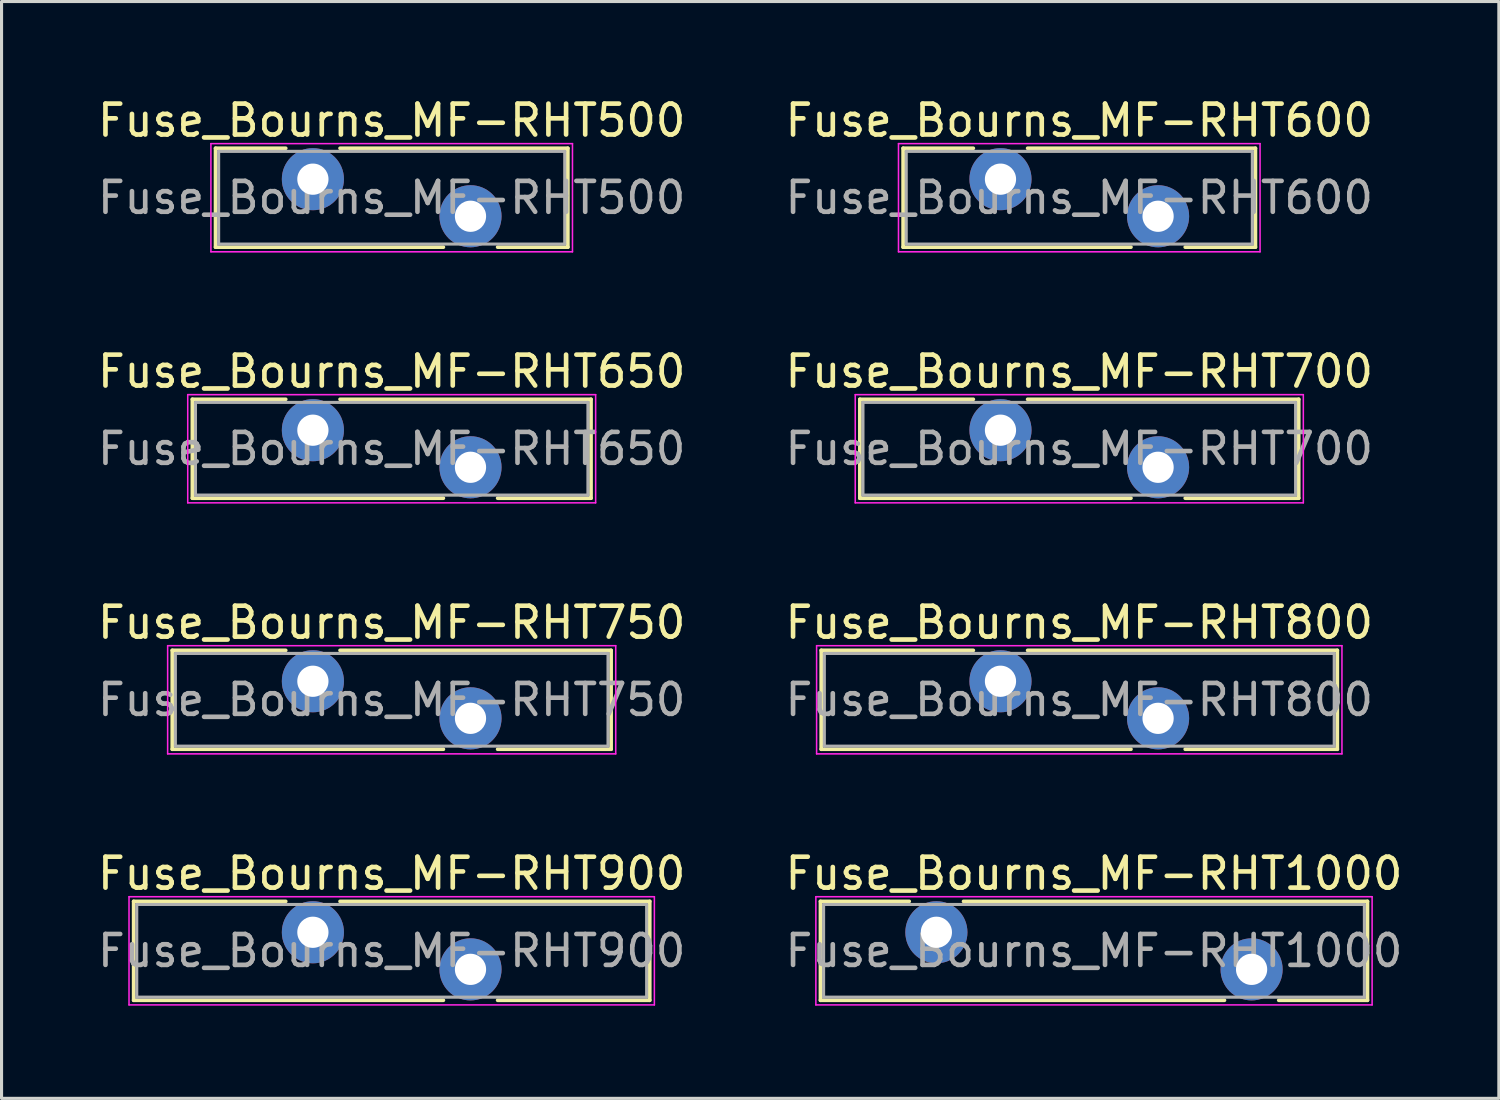
<source format=kicad_pcb>
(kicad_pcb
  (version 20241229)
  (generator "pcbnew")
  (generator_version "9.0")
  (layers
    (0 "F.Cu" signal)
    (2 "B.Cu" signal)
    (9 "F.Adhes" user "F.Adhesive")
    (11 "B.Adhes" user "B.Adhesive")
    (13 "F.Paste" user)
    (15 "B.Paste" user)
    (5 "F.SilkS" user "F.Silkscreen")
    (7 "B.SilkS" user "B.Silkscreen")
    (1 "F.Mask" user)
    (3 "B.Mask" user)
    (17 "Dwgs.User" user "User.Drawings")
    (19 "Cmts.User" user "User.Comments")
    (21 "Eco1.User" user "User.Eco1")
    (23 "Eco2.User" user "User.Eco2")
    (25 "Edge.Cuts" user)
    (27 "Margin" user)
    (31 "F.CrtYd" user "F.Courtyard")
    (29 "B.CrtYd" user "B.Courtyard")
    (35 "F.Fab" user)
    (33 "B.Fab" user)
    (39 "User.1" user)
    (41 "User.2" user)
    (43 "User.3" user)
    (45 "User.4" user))
  (footprint "Fuse_Bourns_MF-RHT600"
    (layer "F.Cu")
    (at 29.325 2.748)
    (property "Reference" "Fuse_Bourns_MF-RHT600" (at 2.55 -1.9 0) (layer "F.SilkS") (effects (font (size 1 1) (thickness 0.15))))
    (attr through_hole)
    (fp_line (start -3.15 -1) (end -3.15 2.2) (stroke (width 0.12) (type solid)) (layer "F.SilkS"))
    (fp_line (start -3.15 -1) (end -0.879 -1) (stroke (width 0.12) (type solid)) (layer "F.SilkS"))
    (fp_line (start -3.15 2.2) (end 4.222 2.2) (stroke (width 0.12) (type solid)) (layer "F.SilkS"))
    (fp_line (start 0.879 -1) (end 8.25 -1) (stroke (width 0.12) (type solid)) (layer "F.SilkS"))
    (fp_line (start 5.979 2.2) (end 8.25 2.2) (stroke (width 0.12) (type solid)) (layer "F.SilkS"))
    (fp_line (start 8.25 -1) (end 8.25 2.2) (stroke (width 0.12) (type solid)) (layer "F.SilkS"))
    (fp_line (start -3.3 -1.15) (end -3.3 2.35) (stroke (width 0.05) (type solid)) (layer "F.CrtYd"))
    (fp_line (start -3.3 2.35) (end 8.4 2.35) (stroke (width 0.05) (type solid)) (layer "F.CrtYd"))
    (fp_line (start 8.4 -1.15) (end -3.3 -1.15) (stroke (width 0.05) (type solid)) (layer "F.CrtYd"))
    (fp_line (start 8.4 2.35) (end 8.4 -1.15) (stroke (width 0.05) (type solid)) (layer "F.CrtYd"))
    (fp_line (start -3.05 -0.9) (end -3.05 2.1) (stroke (width 0.1) (type solid)) (layer "F.Fab"))
    (fp_line (start -3.05 2.1) (end 8.15 2.1) (stroke (width 0.1) (type solid)) (layer "F.Fab"))
    (fp_line (start 8.15 -0.9) (end -3.05 -0.9) (stroke (width 0.1) (type solid)) (layer "F.Fab"))
    (fp_line (start 8.15 2.1) (end 8.15 -0.9) (stroke (width 0.1) (type solid)) (layer "F.Fab"))
    (fp_text user "${REFERENCE}" (at 2.55 0.6 0) (layer "F.Fab") (effects (font (size 1 1) (thickness 0.15))))
    (pad "1" thru_hole circle (at 0 0) (size 2.01 2.01) (drill 1.01) (layers "*.Cu" "*.Mask"))
    (pad "2" thru_hole circle (at 5.1 1.2) (size 2.01 2.01) (drill 1.01) (layers "*.Cu" "*.Mask")))
  (footprint "Fuse_Bourns_MF-RHT750"
    (layer "F.Cu")
    (at 7.075 18.995)
    (property "Reference" "Fuse_Bourns_MF-RHT750" (at 2.55 -1.9 0) (layer "F.SilkS") (effects (font (size 1 1) (thickness 0.15))))
    (attr through_hole)
    (fp_line (start -4.55 -1) (end -4.55 2.2) (stroke (width 0.12) (type solid)) (layer "F.SilkS"))
    (fp_line (start -4.55 -1) (end -0.879 -1) (stroke (width 0.12) (type solid)) (layer "F.SilkS"))
    (fp_line (start -4.55 2.2) (end 4.222 2.2) (stroke (width 0.12) (type solid)) (layer "F.SilkS"))
    (fp_line (start 0.879 -1) (end 9.65 -1) (stroke (width 0.12) (type solid)) (layer "F.SilkS"))
    (fp_line (start 5.979 2.2) (end 9.65 2.2) (stroke (width 0.12) (type solid)) (layer "F.SilkS"))
    (fp_line (start 9.65 -1) (end 9.65 2.2) (stroke (width 0.12) (type solid)) (layer "F.SilkS"))
    (fp_line (start -4.7 -1.15) (end -4.7 2.35) (stroke (width 0.05) (type solid)) (layer "F.CrtYd"))
    (fp_line (start -4.7 2.35) (end 9.8 2.35) (stroke (width 0.05) (type solid)) (layer "F.CrtYd"))
    (fp_line (start 9.8 -1.15) (end -4.7 -1.15) (stroke (width 0.05) (type solid)) (layer "F.CrtYd"))
    (fp_line (start 9.8 2.35) (end 9.8 -1.15) (stroke (width 0.05) (type solid)) (layer "F.CrtYd"))
    (fp_line (start -4.45 -0.9) (end -4.45 2.1) (stroke (width 0.1) (type solid)) (layer "F.Fab"))
    (fp_line (start -4.45 2.1) (end 9.55 2.1) (stroke (width 0.1) (type solid)) (layer "F.Fab"))
    (fp_line (start 9.55 -0.9) (end -4.45 -0.9) (stroke (width 0.1) (type solid)) (layer "F.Fab"))
    (fp_line (start 9.55 2.1) (end 9.55 -0.9) (stroke (width 0.1) (type solid)) (layer "F.Fab"))
    (fp_text user "${REFERENCE}" (at 2.55 0.6 0) (layer "F.Fab") (effects (font (size 1 1) (thickness 0.15))))
    (pad "1" thru_hole circle (at 0 0) (size 2.01 2.01) (drill 1.01) (layers "*.Cu" "*.Mask"))
    (pad "2" thru_hole circle (at 5.1 1.2) (size 2.01 2.01) (drill 1.01) (layers "*.Cu" "*.Mask")))
  (footprint "Fuse_Bourns_MF-RHT650"
    (layer "F.Cu")
    (at 7.075 10.871)
    (property "Reference" "Fuse_Bourns_MF-RHT650" (at 2.55 -1.9 0) (layer "F.SilkS") (effects (font (size 1 1) (thickness 0.15))))
    (attr through_hole)
    (fp_line (start -3.9 -1) (end -3.9 2.2) (stroke (width 0.12) (type solid)) (layer "F.SilkS"))
    (fp_line (start -3.9 -1) (end -0.879 -1) (stroke (width 0.12) (type solid)) (layer "F.SilkS"))
    (fp_line (start -3.9 2.2) (end 4.222 2.2) (stroke (width 0.12) (type solid)) (layer "F.SilkS"))
    (fp_line (start 0.879 -1) (end 9 -1) (stroke (width 0.12) (type solid)) (layer "F.SilkS"))
    (fp_line (start 5.979 2.2) (end 9 2.2) (stroke (width 0.12) (type solid)) (layer "F.SilkS"))
    (fp_line (start 9 -1) (end 9 2.2) (stroke (width 0.12) (type solid)) (layer "F.SilkS"))
    (fp_line (start -4.05 -1.15) (end -4.05 2.35) (stroke (width 0.05) (type solid)) (layer "F.CrtYd"))
    (fp_line (start -4.05 2.35) (end 9.15 2.35) (stroke (width 0.05) (type solid)) (layer "F.CrtYd"))
    (fp_line (start 9.15 -1.15) (end -4.05 -1.15) (stroke (width 0.05) (type solid)) (layer "F.CrtYd"))
    (fp_line (start 9.15 2.35) (end 9.15 -1.15) (stroke (width 0.05) (type solid)) (layer "F.CrtYd"))
    (fp_line (start -3.8 -0.9) (end -3.8 2.1) (stroke (width 0.1) (type solid)) (layer "F.Fab"))
    (fp_line (start -3.8 2.1) (end 8.9 2.1) (stroke (width 0.1) (type solid)) (layer "F.Fab"))
    (fp_line (start 8.9 -0.9) (end -3.8 -0.9) (stroke (width 0.1) (type solid)) (layer "F.Fab"))
    (fp_line (start 8.9 2.1) (end 8.9 -0.9) (stroke (width 0.1) (type solid)) (layer "F.Fab"))
    (fp_text user "${REFERENCE}" (at 2.55 0.6 0) (layer "F.Fab") (effects (font (size 1 1) (thickness 0.15))))
    (pad "1" thru_hole circle (at 0 0) (size 2.01 2.01) (drill 1.01) (layers "*.Cu" "*.Mask"))
    (pad "2" thru_hole circle (at 5.1 1.2) (size 2.01 2.01) (drill 1.01) (layers "*.Cu" "*.Mask")))
  (footprint "Fuse_Bourns_MF-RHT900"
    (layer "F.Cu")
    (at 7.075 27.118)
    (property "Reference" "Fuse_Bourns_MF-RHT900" (at 2.55 -1.9 0) (layer "F.SilkS") (effects (font (size 1 1) (thickness 0.15))))
    (attr through_hole)
    (fp_line (start -5.8 -1) (end -5.8 2.2) (stroke (width 0.12) (type solid)) (layer "F.SilkS"))
    (fp_line (start -5.8 -1) (end -0.879 -1) (stroke (width 0.12) (type solid)) (layer "F.SilkS"))
    (fp_line (start -5.8 2.2) (end 4.222 2.2) (stroke (width 0.12) (type solid)) (layer "F.SilkS"))
    (fp_line (start 0.879 -1) (end 10.9 -1) (stroke (width 0.12) (type solid)) (layer "F.SilkS"))
    (fp_line (start 5.979 2.2) (end 10.9 2.2) (stroke (width 0.12) (type solid)) (layer "F.SilkS"))
    (fp_line (start 10.9 -1) (end 10.9 2.2) (stroke (width 0.12) (type solid)) (layer "F.SilkS"))
    (fp_line (start -5.95 -1.15) (end -5.95 2.35) (stroke (width 0.05) (type solid)) (layer "F.CrtYd"))
    (fp_line (start -5.95 2.35) (end 11.05 2.35) (stroke (width 0.05) (type solid)) (layer "F.CrtYd"))
    (fp_line (start 11.05 -1.15) (end -5.95 -1.15) (stroke (width 0.05) (type solid)) (layer "F.CrtYd"))
    (fp_line (start 11.05 2.35) (end 11.05 -1.15) (stroke (width 0.05) (type solid)) (layer "F.CrtYd"))
    (fp_line (start -5.7 -0.9) (end -5.7 2.1) (stroke (width 0.1) (type solid)) (layer "F.Fab"))
    (fp_line (start -5.7 2.1) (end 10.8 2.1) (stroke (width 0.1) (type solid)) (layer "F.Fab"))
    (fp_line (start 10.8 -0.9) (end -5.7 -0.9) (stroke (width 0.1) (type solid)) (layer "F.Fab"))
    (fp_line (start 10.8 2.1) (end 10.8 -0.9) (stroke (width 0.1) (type solid)) (layer "F.Fab"))
    (fp_text user "${REFERENCE}" (at 2.55 0.6 0) (layer "F.Fab") (effects (font (size 1 1) (thickness 0.15))))
    (pad "1" thru_hole circle (at 0 0) (size 2.01 2.01) (drill 1.01) (layers "*.Cu" "*.Mask"))
    (pad "2" thru_hole circle (at 5.1 1.2) (size 2.01 2.01) (drill 1.01) (layers "*.Cu" "*.Mask")))
  (footprint "Fuse_Bourns_MF-RHT1000"
    (layer "F.Cu")
    (at 27.251 27.118)
    (property "Reference" "Fuse_Bourns_MF-RHT1000" (at 5.1 -1.9 0) (layer "F.SilkS") (effects (font (size 1 1) (thickness 0.15))))
    (attr through_hole)
    (fp_line (start -3.751 -1) (end -3.751 2.2) (stroke (width 0.12) (type solid)) (layer "F.SilkS"))
    (fp_line (start -3.751 -1) (end -0.879 -1) (stroke (width 0.12) (type solid)) (layer "F.SilkS"))
    (fp_line (start -3.751 2.2) (end 9.322 2.2) (stroke (width 0.12) (type solid)) (layer "F.SilkS"))
    (fp_line (start 0.879 -1) (end 13.95 -1) (stroke (width 0.12) (type solid)) (layer "F.SilkS"))
    (fp_line (start 11.079 2.2) (end 13.95 2.2) (stroke (width 0.12) (type solid)) (layer "F.SilkS"))
    (fp_line (start 13.95 -1) (end 13.95 2.2) (stroke (width 0.12) (type solid)) (layer "F.SilkS"))
    (fp_line (start -3.9 -1.15) (end -3.9 2.35) (stroke (width 0.05) (type solid)) (layer "F.CrtYd"))
    (fp_line (start -3.9 2.35) (end 14.1 2.35) (stroke (width 0.05) (type solid)) (layer "F.CrtYd"))
    (fp_line (start 14.1 -1.15) (end -3.9 -1.15) (stroke (width 0.05) (type solid)) (layer "F.CrtYd"))
    (fp_line (start 14.1 2.35) (end 14.1 -1.15) (stroke (width 0.05) (type solid)) (layer "F.CrtYd"))
    (fp_line (start -3.65 -0.9) (end -3.65 2.1) (stroke (width 0.1) (type solid)) (layer "F.Fab"))
    (fp_line (start -3.65 2.1) (end 13.85 2.1) (stroke (width 0.1) (type solid)) (layer "F.Fab"))
    (fp_line (start 13.85 -0.9) (end -3.65 -0.9) (stroke (width 0.1) (type solid)) (layer "F.Fab"))
    (fp_line (start 13.85 2.1) (end 13.85 -0.9) (stroke (width 0.1) (type solid)) (layer "F.Fab"))
    (fp_text user "${REFERENCE}" (at 5.1 0.6 0) (layer "F.Fab") (effects (font (size 1 1) (thickness 0.15))))
    (pad "1" thru_hole circle (at 0 0) (size 2.01 2.01) (drill 1.01) (layers "*.Cu" "*.Mask"))
    (pad "2" thru_hole circle (at 10.2 1.2) (size 2.01 2.01) (drill 1.01) (layers "*.Cu" "*.Mask")))
  (footprint "Fuse_Bourns_MF-RHT700"
    (layer "F.Cu")
    (at 29.325 10.871)
    (property "Reference" "Fuse_Bourns_MF-RHT700" (at 2.55 -1.9 0) (layer "F.SilkS") (effects (font (size 1 1) (thickness 0.15))))
    (attr through_hole)
    (fp_line (start -4.55 -1) (end -4.55 2.2) (stroke (width 0.12) (type solid)) (layer "F.SilkS"))
    (fp_line (start -4.55 -1) (end -0.879 -1) (stroke (width 0.12) (type solid)) (layer "F.SilkS"))
    (fp_line (start -4.55 2.2) (end 4.222 2.2) (stroke (width 0.12) (type solid)) (layer "F.SilkS"))
    (fp_line (start 0.879 -1) (end 9.65 -1) (stroke (width 0.12) (type solid)) (layer "F.SilkS"))
    (fp_line (start 5.979 2.2) (end 9.65 2.2) (stroke (width 0.12) (type solid)) (layer "F.SilkS"))
    (fp_line (start 9.65 -1) (end 9.65 2.2) (stroke (width 0.12) (type solid)) (layer "F.SilkS"))
    (fp_line (start -4.7 -1.15) (end -4.7 2.35) (stroke (width 0.05) (type solid)) (layer "F.CrtYd"))
    (fp_line (start -4.7 2.35) (end 9.8 2.35) (stroke (width 0.05) (type solid)) (layer "F.CrtYd"))
    (fp_line (start 9.8 -1.15) (end -4.7 -1.15) (stroke (width 0.05) (type solid)) (layer "F.CrtYd"))
    (fp_line (start 9.8 2.35) (end 9.8 -1.15) (stroke (width 0.05) (type solid)) (layer "F.CrtYd"))
    (fp_line (start -4.45 -0.9) (end -4.45 2.1) (stroke (width 0.1) (type solid)) (layer "F.Fab"))
    (fp_line (start -4.45 2.1) (end 9.55 2.1) (stroke (width 0.1) (type solid)) (layer "F.Fab"))
    (fp_line (start 9.55 -0.9) (end -4.45 -0.9) (stroke (width 0.1) (type solid)) (layer "F.Fab"))
    (fp_line (start 9.55 2.1) (end 9.55 -0.9) (stroke (width 0.1) (type solid)) (layer "F.Fab"))
    (fp_text user "${REFERENCE}" (at 2.55 0.6 0) (layer "F.Fab") (effects (font (size 1 1) (thickness 0.15))))
    (pad "1" thru_hole circle (at 0 0) (size 2.01 2.01) (drill 1.01) (layers "*.Cu" "*.Mask"))
    (pad "2" thru_hole circle (at 5.1 1.2) (size 2.01 2.01) (drill 1.01) (layers "*.Cu" "*.Mask")))
  (footprint "Fuse_Bourns_MF-RHT800"
    (layer "F.Cu")
    (at 29.325 18.995)
    (property "Reference" "Fuse_Bourns_MF-RHT800" (at 2.55 -1.9 0) (layer "F.SilkS") (effects (font (size 1 1) (thickness 0.15))))
    (attr through_hole)
    (fp_line (start -5.8 -1) (end -5.8 2.2) (stroke (width 0.12) (type solid)) (layer "F.SilkS"))
    (fp_line (start -5.8 -1) (end -0.879 -1) (stroke (width 0.12) (type solid)) (layer "F.SilkS"))
    (fp_line (start -5.8 2.2) (end 4.222 2.2) (stroke (width 0.12) (type solid)) (layer "F.SilkS"))
    (fp_line (start 0.879 -1) (end 10.9 -1) (stroke (width 0.12) (type solid)) (layer "F.SilkS"))
    (fp_line (start 5.979 2.2) (end 10.9 2.2) (stroke (width 0.12) (type solid)) (layer "F.SilkS"))
    (fp_line (start 10.9 -1) (end 10.9 2.2) (stroke (width 0.12) (type solid)) (layer "F.SilkS"))
    (fp_line (start -5.95 -1.15) (end -5.95 2.35) (stroke (width 0.05) (type solid)) (layer "F.CrtYd"))
    (fp_line (start -5.95 2.35) (end 11.05 2.35) (stroke (width 0.05) (type solid)) (layer "F.CrtYd"))
    (fp_line (start 11.05 -1.15) (end -5.95 -1.15) (stroke (width 0.05) (type solid)) (layer "F.CrtYd"))
    (fp_line (start 11.05 2.35) (end 11.05 -1.15) (stroke (width 0.05) (type solid)) (layer "F.CrtYd"))
    (fp_line (start -5.7 -0.9) (end -5.7 2.1) (stroke (width 0.1) (type solid)) (layer "F.Fab"))
    (fp_line (start -5.7 2.1) (end 10.8 2.1) (stroke (width 0.1) (type solid)) (layer "F.Fab"))
    (fp_line (start 10.8 -0.9) (end -5.7 -0.9) (stroke (width 0.1) (type solid)) (layer "F.Fab"))
    (fp_line (start 10.8 2.1) (end 10.8 -0.9) (stroke (width 0.1) (type solid)) (layer "F.Fab"))
    (fp_text user "${REFERENCE}" (at 2.55 0.6 0) (layer "F.Fab") (effects (font (size 1 1) (thickness 0.15))))
    (pad "1" thru_hole circle (at 0 0) (size 2.01 2.01) (drill 1.01) (layers "*.Cu" "*.Mask"))
    (pad "2" thru_hole circle (at 5.1 1.2) (size 2.01 2.01) (drill 1.01) (layers "*.Cu" "*.Mask")))
  (footprint "Fuse_Bourns_MF-RHT500"
    (layer "F.Cu")
    (at 7.075 2.748)
    (property "Reference" "Fuse_Bourns_MF-RHT500" (at 2.55 -1.9 0) (layer "F.SilkS") (effects (font (size 1 1) (thickness 0.15))))
    (attr through_hole)
    (fp_line (start -3.15 -1) (end -3.15 2.2) (stroke (width 0.12) (type solid)) (layer "F.SilkS"))
    (fp_line (start -3.15 -1) (end -0.879 -1) (stroke (width 0.12) (type solid)) (layer "F.SilkS"))
    (fp_line (start -3.15 2.2) (end 4.222 2.2) (stroke (width 0.12) (type solid)) (layer "F.SilkS"))
    (fp_line (start 0.879 -1) (end 8.25 -1) (stroke (width 0.12) (type solid)) (layer "F.SilkS"))
    (fp_line (start 5.979 2.2) (end 8.25 2.2) (stroke (width 0.12) (type solid)) (layer "F.SilkS"))
    (fp_line (start 8.25 -1) (end 8.25 2.2) (stroke (width 0.12) (type solid)) (layer "F.SilkS"))
    (fp_line (start -3.3 -1.15) (end -3.3 2.35) (stroke (width 0.05) (type solid)) (layer "F.CrtYd"))
    (fp_line (start -3.3 2.35) (end 8.4 2.35) (stroke (width 0.05) (type solid)) (layer "F.CrtYd"))
    (fp_line (start 8.4 -1.15) (end -3.3 -1.15) (stroke (width 0.05) (type solid)) (layer "F.CrtYd"))
    (fp_line (start 8.4 2.35) (end 8.4 -1.15) (stroke (width 0.05) (type solid)) (layer "F.CrtYd"))
    (fp_line (start -3.05 -0.9) (end -3.05 2.1) (stroke (width 0.1) (type solid)) (layer "F.Fab"))
    (fp_line (start -3.05 2.1) (end 8.15 2.1) (stroke (width 0.1) (type solid)) (layer "F.Fab"))
    (fp_line (start 8.15 -0.9) (end -3.05 -0.9) (stroke (width 0.1) (type solid)) (layer "F.Fab"))
    (fp_line (start 8.15 2.1) (end 8.15 -0.9) (stroke (width 0.1) (type solid)) (layer "F.Fab"))
    (fp_text user "${REFERENCE}" (at 2.55 0.6 0) (layer "F.Fab") (effects (font (size 1 1) (thickness 0.15))))
    (pad "1" thru_hole circle (at 0 0) (size 2.01 2.01) (drill 1.01) (layers "*.Cu" "*.Mask"))
    (pad "2" thru_hole circle (at 5.1 1.2) (size 2.01 2.01) (drill 1.01) (layers "*.Cu" "*.Mask")))
  (gr_rect
    (start -3 -3)
    (end 45.452 32.493)
    (stroke (width 0.1) (type default))
    (fill no)
    (layer "Edge.Cuts")))
</source>
